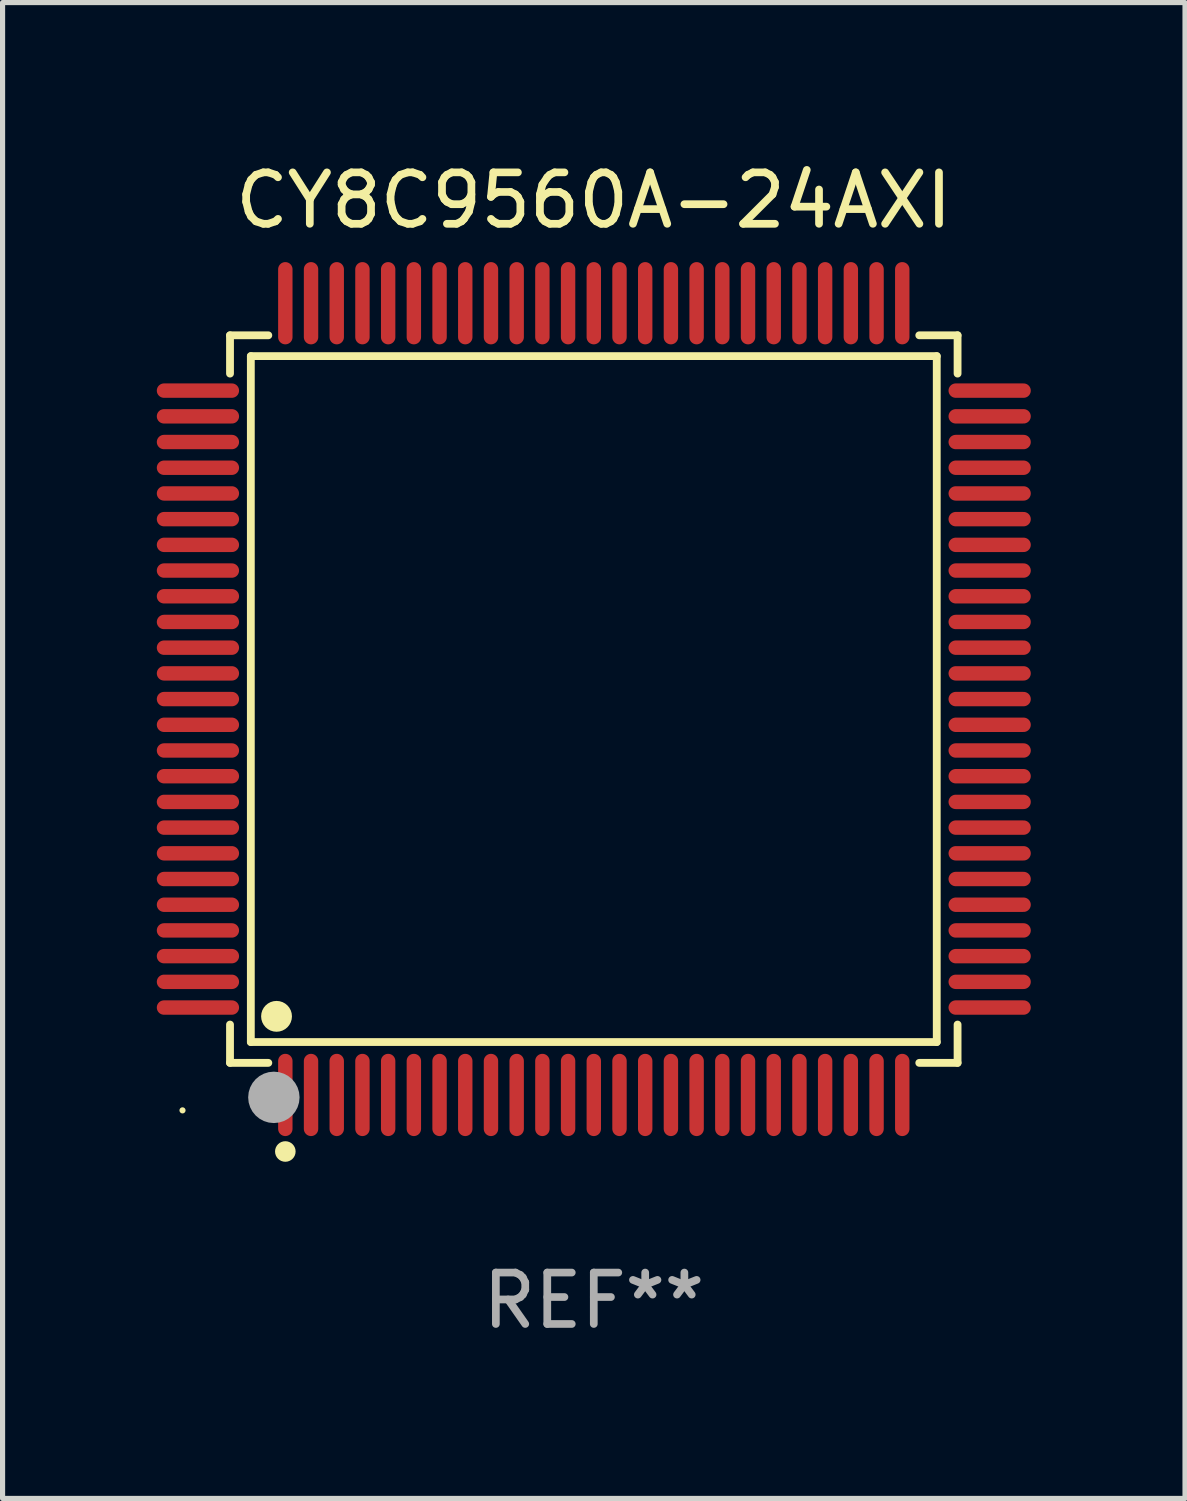
<source format=kicad_pcb>
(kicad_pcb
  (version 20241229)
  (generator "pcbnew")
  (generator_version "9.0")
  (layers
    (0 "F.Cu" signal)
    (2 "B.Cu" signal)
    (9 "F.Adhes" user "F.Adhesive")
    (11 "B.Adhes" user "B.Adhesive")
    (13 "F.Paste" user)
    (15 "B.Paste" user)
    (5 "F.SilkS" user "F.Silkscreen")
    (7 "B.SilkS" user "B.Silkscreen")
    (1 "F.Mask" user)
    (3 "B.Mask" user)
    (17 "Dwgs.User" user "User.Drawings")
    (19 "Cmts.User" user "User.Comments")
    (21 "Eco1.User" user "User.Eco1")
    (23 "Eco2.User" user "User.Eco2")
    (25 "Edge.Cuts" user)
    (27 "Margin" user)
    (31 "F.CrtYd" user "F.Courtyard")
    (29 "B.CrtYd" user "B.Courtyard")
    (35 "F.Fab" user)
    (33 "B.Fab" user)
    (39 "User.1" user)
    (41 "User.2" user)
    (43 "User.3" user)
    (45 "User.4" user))
  (footprint "CY8C9560A-24AXI"
    (layer "F.Cu")
    (at 8.5 10.548)
    (property "Reference" "CY8C9560A-24AXI" (at 0 -9.7 0) (layer "F.SilkS") (effects (font (size 1 1) (thickness 0.15))))
    (attr through_hole)
    (fp_line (start -7.076 -7.076) (end -6.331 -7.076) (stroke (width 0.152) (type solid)) (layer "F.SilkS"))
    (fp_line (start -7.076 -6.331) (end -7.076 -7.076) (stroke (width 0.152) (type solid)) (layer "F.SilkS"))
    (fp_line (start -7.076 6.331) (end -7.076 7.076) (stroke (width 0.152) (type solid)) (layer "F.SilkS"))
    (fp_line (start -7.076 7.076) (end -6.331 7.076) (stroke (width 0.152) (type solid)) (layer "F.SilkS"))
    (fp_line (start -6.671 -6.671) (end 6.671 -6.671) (stroke (width 0.152) (type solid)) (layer "F.SilkS"))
    (fp_line (start -6.671 6.671) (end -6.671 -6.671) (stroke (width 0.152) (type solid)) (layer "F.SilkS"))
    (fp_line (start 6.671 -6.671) (end 6.671 6.671) (stroke (width 0.152) (type solid)) (layer "F.SilkS"))
    (fp_line (start 6.671 6.671) (end -6.671 6.671) (stroke (width 0.152) (type solid)) (layer "F.SilkS"))
    (fp_line (start 7.076 -7.076) (end 6.331 -7.076) (stroke (width 0.152) (type solid)) (layer "F.SilkS"))
    (fp_line (start 7.076 -6.331) (end 7.076 -7.076) (stroke (width 0.152) (type solid)) (layer "F.SilkS"))
    (fp_line (start 7.076 6.331) (end 7.076 7.076) (stroke (width 0.152) (type solid)) (layer "F.SilkS"))
    (fp_line (start 7.076 7.076) (end 6.331 7.076) (stroke (width 0.152) (type solid)) (layer "F.SilkS"))
    (fp_circle (center -8 8) (end -7.97 8) (stroke (width 0.06) (type solid)) (fill no) (layer "F.SilkS"))
    (fp_circle (center -6.171 6.171) (end -6.021 6.171) (stroke (width 0.3) (type solid)) (fill no) (layer "F.SilkS"))
    (fp_circle (center -6 8.8) (end -5.9 8.8) (stroke (width 0.2) (type solid)) (fill no) (layer "F.SilkS"))
    (fp_circle (center -6.223 7.747) (end -5.973 7.747) (stroke (width 0.5) (type solid)) (fill no) (layer "F.Fab"))
    (fp_text user "REF**" (at 0 11.7 0) (layer "F.Fab") (effects (font (size 1 1) (thickness 0.15))))
    (pad "1" smd oval (at -6 7.7) (size 0.28 1.6) (layers "F.Cu" "F.Mask" "F.Paste"))
    (pad "2" smd oval (at -5.5 7.7) (size 0.28 1.6) (layers "F.Cu" "F.Mask" "F.Paste"))
    (pad "3" smd oval (at -5 7.7) (size 0.28 1.6) (layers "F.Cu" "F.Mask" "F.Paste"))
    (pad "4" smd oval (at -4.5 7.7) (size 0.28 1.6) (layers "F.Cu" "F.Mask" "F.Paste"))
    (pad "5" smd oval (at -4 7.7) (size 0.28 1.6) (layers "F.Cu" "F.Mask" "F.Paste"))
    (pad "6" smd oval (at -3.5 7.7) (size 0.28 1.6) (layers "F.Cu" "F.Mask" "F.Paste"))
    (pad "7" smd oval (at -3 7.7) (size 0.28 1.6) (layers "F.Cu" "F.Mask" "F.Paste"))
    (pad "8" smd oval (at -2.5 7.7) (size 0.28 1.6) (layers "F.Cu" "F.Mask" "F.Paste"))
    (pad "9" smd oval (at -2 7.7) (size 0.28 1.6) (layers "F.Cu" "F.Mask" "F.Paste"))
    (pad "10" smd oval (at -1.5 7.7) (size 0.28 1.6) (layers "F.Cu" "F.Mask" "F.Paste"))
    (pad "11" smd oval (at -1 7.7) (size 0.28 1.6) (layers "F.Cu" "F.Mask" "F.Paste"))
    (pad "12" smd oval (at -0.5 7.7) (size 0.28 1.6) (layers "F.Cu" "F.Mask" "F.Paste"))
    (pad "13" smd oval (at 0 7.7) (size 0.28 1.6) (layers "F.Cu" "F.Mask" "F.Paste"))
    (pad "14" smd oval (at 0.5 7.7) (size 0.28 1.6) (layers "F.Cu" "F.Mask" "F.Paste"))
    (pad "15" smd oval (at 1 7.7) (size 0.28 1.6) (layers "F.Cu" "F.Mask" "F.Paste"))
    (pad "16" smd oval (at 1.5 7.7) (size 0.28 1.6) (layers "F.Cu" "F.Mask" "F.Paste"))
    (pad "17" smd oval (at 2 7.7) (size 0.28 1.6) (layers "F.Cu" "F.Mask" "F.Paste"))
    (pad "18" smd oval (at 2.5 7.7) (size 0.28 1.6) (layers "F.Cu" "F.Mask" "F.Paste"))
    (pad "19" smd oval (at 3 7.7) (size 0.28 1.6) (layers "F.Cu" "F.Mask" "F.Paste"))
    (pad "20" smd oval (at 3.5 7.7) (size 0.28 1.6) (layers "F.Cu" "F.Mask" "F.Paste"))
    (pad "21" smd oval (at 4 7.7) (size 0.28 1.6) (layers "F.Cu" "F.Mask" "F.Paste"))
    (pad "22" smd oval (at 4.5 7.7) (size 0.28 1.6) (layers "F.Cu" "F.Mask" "F.Paste"))
    (pad "23" smd oval (at 5 7.7) (size 0.28 1.6) (layers "F.Cu" "F.Mask" "F.Paste"))
    (pad "24" smd oval (at 5.5 7.7) (size 0.28 1.6) (layers "F.Cu" "F.Mask" "F.Paste"))
    (pad "25" smd oval (at 6 7.7) (size 0.28 1.6) (layers "F.Cu" "F.Mask" "F.Paste"))
    (pad "26" smd oval (at 7.7 6) (size 1.6 0.28) (layers "F.Cu" "F.Mask" "F.Paste"))
    (pad "27" smd oval (at 7.7 5.5) (size 1.6 0.28) (layers "F.Cu" "F.Mask" "F.Paste"))
    (pad "28" smd oval (at 7.7 5) (size 1.6 0.28) (layers "F.Cu" "F.Mask" "F.Paste"))
    (pad "29" smd oval (at 7.7 4.5) (size 1.6 0.28) (layers "F.Cu" "F.Mask" "F.Paste"))
    (pad "30" smd oval (at 7.7 4) (size 1.6 0.28) (layers "F.Cu" "F.Mask" "F.Paste"))
    (pad "31" smd oval (at 7.7 3.5) (size 1.6 0.28) (layers "F.Cu" "F.Mask" "F.Paste"))
    (pad "32" smd oval (at 7.7 3) (size 1.6 0.28) (layers "F.Cu" "F.Mask" "F.Paste"))
    (pad "33" smd oval (at 7.7 2.5) (size 1.6 0.28) (layers "F.Cu" "F.Mask" "F.Paste"))
    (pad "34" smd oval (at 7.7 2) (size 1.6 0.28) (layers "F.Cu" "F.Mask" "F.Paste"))
    (pad "35" smd oval (at 7.7 1.5) (size 1.6 0.28) (layers "F.Cu" "F.Mask" "F.Paste"))
    (pad "36" smd oval (at 7.7 1) (size 1.6 0.28) (layers "F.Cu" "F.Mask" "F.Paste"))
    (pad "37" smd oval (at 7.7 0.5) (size 1.6 0.28) (layers "F.Cu" "F.Mask" "F.Paste"))
    (pad "38" smd oval (at 7.7 0) (size 1.6 0.28) (layers "F.Cu" "F.Mask" "F.Paste"))
    (pad "39" smd oval (at 7.7 -0.5) (size 1.6 0.28) (layers "F.Cu" "F.Mask" "F.Paste"))
    (pad "40" smd oval (at 7.7 -1) (size 1.6 0.28) (layers "F.Cu" "F.Mask" "F.Paste"))
    (pad "41" smd oval (at 7.7 -1.5) (size 1.6 0.28) (layers "F.Cu" "F.Mask" "F.Paste"))
    (pad "42" smd oval (at 7.7 -2) (size 1.6 0.28) (layers "F.Cu" "F.Mask" "F.Paste"))
    (pad "43" smd oval (at 7.7 -2.5) (size 1.6 0.28) (layers "F.Cu" "F.Mask" "F.Paste"))
    (pad "44" smd oval (at 7.7 -3) (size 1.6 0.28) (layers "F.Cu" "F.Mask" "F.Paste"))
    (pad "45" smd oval (at 7.7 -3.5) (size 1.6 0.28) (layers "F.Cu" "F.Mask" "F.Paste"))
    (pad "46" smd oval (at 7.7 -4) (size 1.6 0.28) (layers "F.Cu" "F.Mask" "F.Paste"))
    (pad "47" smd oval (at 7.7 -4.5) (size 1.6 0.28) (layers "F.Cu" "F.Mask" "F.Paste"))
    (pad "48" smd oval (at 7.7 -5) (size 1.6 0.28) (layers "F.Cu" "F.Mask" "F.Paste"))
    (pad "49" smd oval (at 7.7 -5.5) (size 1.6 0.28) (layers "F.Cu" "F.Mask" "F.Paste"))
    (pad "50" smd oval (at 7.7 -6) (size 1.6 0.28) (layers "F.Cu" "F.Mask" "F.Paste"))
    (pad "51" smd oval (at 6 -7.7) (size 0.28 1.6) (layers "F.Cu" "F.Mask" "F.Paste"))
    (pad "52" smd oval (at 5.5 -7.7) (size 0.28 1.6) (layers "F.Cu" "F.Mask" "F.Paste"))
    (pad "53" smd oval (at 5 -7.7) (size 0.28 1.6) (layers "F.Cu" "F.Mask" "F.Paste"))
    (pad "54" smd oval (at 4.5 -7.7) (size 0.28 1.6) (layers "F.Cu" "F.Mask" "F.Paste"))
    (pad "55" smd oval (at 4 -7.7) (size 0.28 1.6) (layers "F.Cu" "F.Mask" "F.Paste"))
    (pad "56" smd oval (at 3.5 -7.7) (size 0.28 1.6) (layers "F.Cu" "F.Mask" "F.Paste"))
    (pad "57" smd oval (at 3 -7.7) (size 0.28 1.6) (layers "F.Cu" "F.Mask" "F.Paste"))
    (pad "58" smd oval (at 2.5 -7.7) (size 0.28 1.6) (layers "F.Cu" "F.Mask" "F.Paste"))
    (pad "59" smd oval (at 2 -7.7) (size 0.28 1.6) (layers "F.Cu" "F.Mask" "F.Paste"))
    (pad "60" smd oval (at 1.5 -7.7) (size 0.28 1.6) (layers "F.Cu" "F.Mask" "F.Paste"))
    (pad "61" smd oval (at 1 -7.7) (size 0.28 1.6) (layers "F.Cu" "F.Mask" "F.Paste"))
    (pad "62" smd oval (at 0.5 -7.7) (size 0.28 1.6) (layers "F.Cu" "F.Mask" "F.Paste"))
    (pad "63" smd oval (at 0 -7.7) (size 0.28 1.6) (layers "F.Cu" "F.Mask" "F.Paste"))
    (pad "64" smd oval (at -0.5 -7.7) (size 0.28 1.6) (layers "F.Cu" "F.Mask" "F.Paste"))
    (pad "65" smd oval (at -1 -7.7) (size 0.28 1.6) (layers "F.Cu" "F.Mask" "F.Paste"))
    (pad "66" smd oval (at -1.5 -7.7) (size 0.28 1.6) (layers "F.Cu" "F.Mask" "F.Paste"))
    (pad "67" smd oval (at -2 -7.7) (size 0.28 1.6) (layers "F.Cu" "F.Mask" "F.Paste"))
    (pad "68" smd oval (at -2.5 -7.7) (size 0.28 1.6) (layers "F.Cu" "F.Mask" "F.Paste"))
    (pad "69" smd oval (at -3 -7.7) (size 0.28 1.6) (layers "F.Cu" "F.Mask" "F.Paste"))
    (pad "70" smd oval (at -3.5 -7.7) (size 0.28 1.6) (layers "F.Cu" "F.Mask" "F.Paste"))
    (pad "71" smd oval (at -4 -7.7) (size 0.28 1.6) (layers "F.Cu" "F.Mask" "F.Paste"))
    (pad "72" smd oval (at -4.5 -7.7) (size 0.28 1.6) (layers "F.Cu" "F.Mask" "F.Paste"))
    (pad "73" smd oval (at -5 -7.7) (size 0.28 1.6) (layers "F.Cu" "F.Mask" "F.Paste"))
    (pad "74" smd oval (at -5.5 -7.7) (size 0.28 1.6) (layers "F.Cu" "F.Mask" "F.Paste"))
    (pad "75" smd oval (at -6 -7.7) (size 0.28 1.6) (layers "F.Cu" "F.Mask" "F.Paste"))
    (pad "76" smd oval (at -7.7 -6) (size 1.6 0.28) (layers "F.Cu" "F.Mask" "F.Paste"))
    (pad "77" smd oval (at -7.7 -5.5) (size 1.6 0.28) (layers "F.Cu" "F.Mask" "F.Paste"))
    (pad "78" smd oval (at -7.7 -5) (size 1.6 0.28) (layers "F.Cu" "F.Mask" "F.Paste"))
    (pad "79" smd oval (at -7.7 -4.5) (size 1.6 0.28) (layers "F.Cu" "F.Mask" "F.Paste"))
    (pad "80" smd oval (at -7.7 -4) (size 1.6 0.28) (layers "F.Cu" "F.Mask" "F.Paste"))
    (pad "81" smd oval (at -7.7 -3.5) (size 1.6 0.28) (layers "F.Cu" "F.Mask" "F.Paste"))
    (pad "82" smd oval (at -7.7 -3) (size 1.6 0.28) (layers "F.Cu" "F.Mask" "F.Paste"))
    (pad "83" smd oval (at -7.7 -2.5) (size 1.6 0.28) (layers "F.Cu" "F.Mask" "F.Paste"))
    (pad "84" smd oval (at -7.7 -2) (size 1.6 0.28) (layers "F.Cu" "F.Mask" "F.Paste"))
    (pad "85" smd oval (at -7.7 -1.5) (size 1.6 0.28) (layers "F.Cu" "F.Mask" "F.Paste"))
    (pad "86" smd oval (at -7.7 -1) (size 1.6 0.28) (layers "F.Cu" "F.Mask" "F.Paste"))
    (pad "87" smd oval (at -7.7 -0.5) (size 1.6 0.28) (layers "F.Cu" "F.Mask" "F.Paste"))
    (pad "88" smd oval (at -7.7 0) (size 1.6 0.28) (layers "F.Cu" "F.Mask" "F.Paste"))
    (pad "89" smd oval (at -7.7 0.5) (size 1.6 0.28) (layers "F.Cu" "F.Mask" "F.Paste"))
    (pad "90" smd oval (at -7.7 1) (size 1.6 0.28) (layers "F.Cu" "F.Mask" "F.Paste"))
    (pad "91" smd oval (at -7.7 1.5) (size 1.6 0.28) (layers "F.Cu" "F.Mask" "F.Paste"))
    (pad "92" smd oval (at -7.7 2) (size 1.6 0.28) (layers "F.Cu" "F.Mask" "F.Paste"))
    (pad "93" smd oval (at -7.7 2.5) (size 1.6 0.28) (layers "F.Cu" "F.Mask" "F.Paste"))
    (pad "94" smd oval (at -7.7 3) (size 1.6 0.28) (layers "F.Cu" "F.Mask" "F.Paste"))
    (pad "95" smd oval (at -7.7 3.5) (size 1.6 0.28) (layers "F.Cu" "F.Mask" "F.Paste"))
    (pad "96" smd oval (at -7.7 4) (size 1.6 0.28) (layers "F.Cu" "F.Mask" "F.Paste"))
    (pad "97" smd oval (at -7.7 4.5) (size 1.6 0.28) (layers "F.Cu" "F.Mask" "F.Paste"))
    (pad "98" smd oval (at -7.7 5) (size 1.6 0.28) (layers "F.Cu" "F.Mask" "F.Paste"))
    (pad "99" smd oval (at -7.7 5.5) (size 1.6 0.28) (layers "F.Cu" "F.Mask" "F.Paste"))
    (pad "100" smd oval (at -7.7 6) (size 1.6 0.28) (layers "F.Cu" "F.Mask" "F.Paste")))
  (gr_rect
    (start -3 -3)
    (end 20 26.097)
    (stroke (width 0.1) (type default))
    (fill no)
    (layer "Edge.Cuts")))
</source>
